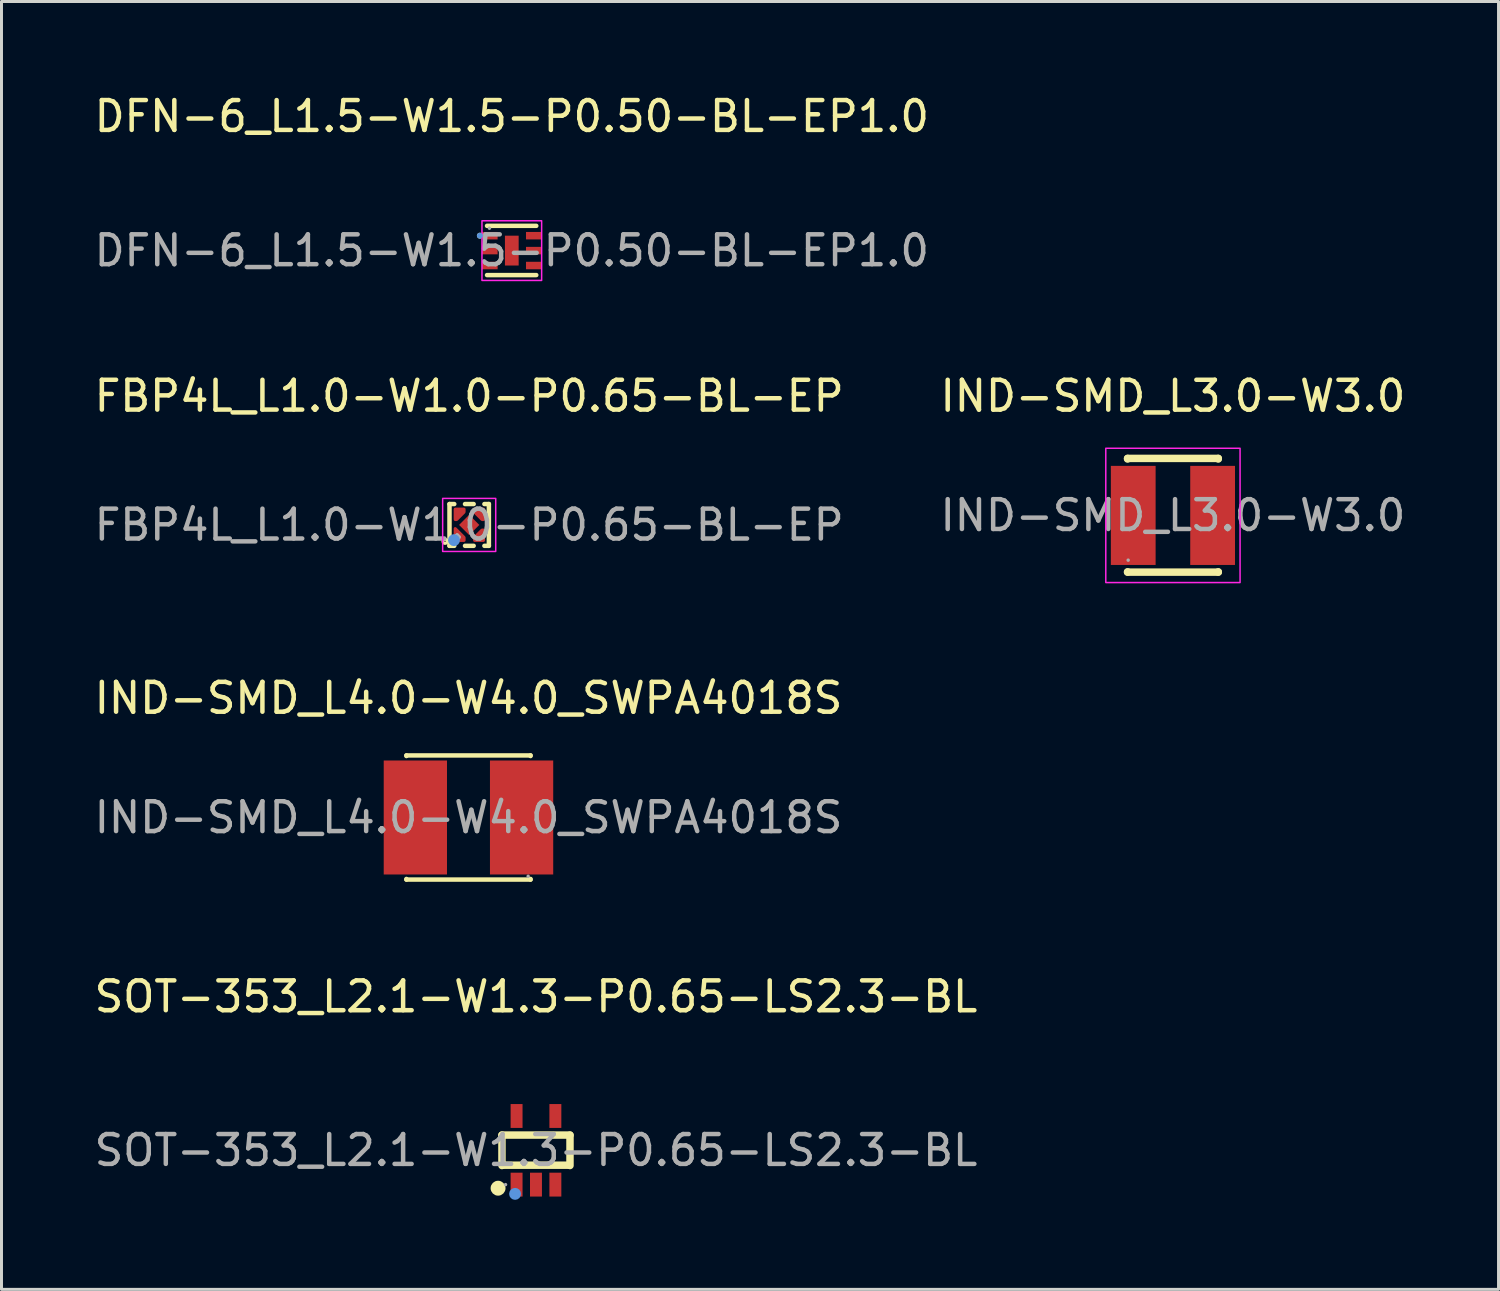
<source format=kicad_pcb>
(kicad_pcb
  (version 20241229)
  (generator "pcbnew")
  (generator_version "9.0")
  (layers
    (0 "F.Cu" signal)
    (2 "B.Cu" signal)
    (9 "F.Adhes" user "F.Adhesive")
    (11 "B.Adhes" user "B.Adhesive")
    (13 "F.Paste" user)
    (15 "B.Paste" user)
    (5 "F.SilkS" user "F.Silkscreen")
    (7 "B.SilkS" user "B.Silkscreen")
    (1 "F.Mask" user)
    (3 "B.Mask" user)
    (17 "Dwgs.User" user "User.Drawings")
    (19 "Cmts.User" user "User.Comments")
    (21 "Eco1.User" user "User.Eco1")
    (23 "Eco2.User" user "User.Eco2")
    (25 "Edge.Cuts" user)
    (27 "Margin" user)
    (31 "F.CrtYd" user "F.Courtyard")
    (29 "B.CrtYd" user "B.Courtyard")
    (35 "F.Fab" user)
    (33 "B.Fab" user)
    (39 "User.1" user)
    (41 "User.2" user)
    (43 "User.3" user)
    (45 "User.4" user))
  (footprint "IND-SMD_L3.0-W3.0"
    (layer "F.Cu")
    (at 36.256 14.222)
    (property "Reference" "IND-SMD_L3.0-W3.0" (at 0 -4 0) (layer "F.SilkS") (effects (font (size 1 1) (thickness 0.15))))
    (attr smd)
    (fp_line (start -1.52 -1.91) (end 1.52 -1.91) (stroke (width 0.25) (type solid)) (layer "F.SilkS"))
    (fp_line (start -1.52 -1.89) (end -1.52 -1.91) (stroke (width 0.25) (type solid)) (layer "F.SilkS"))
    (fp_line (start -1.52 1.9) (end -1.52 1.89) (stroke (width 0.25) (type solid)) (layer "F.SilkS"))
    (fp_line (start -1.52 1.9) (end 1.52 1.9) (stroke (width 0.25) (type solid)) (layer "F.SilkS"))
    (fp_line (start 1.52 -1.91) (end 1.52 -1.89) (stroke (width 0.25) (type solid)) (layer "F.SilkS"))
    (fp_line (start 1.52 1.89) (end 1.52 1.9) (stroke (width 0.25) (type solid)) (layer "F.SilkS"))
    (fp_rect (start -2.25 -2.25) (end 2.25 2.25) (stroke (width 0.05) (type default)) (fill no) (layer "F.CrtYd"))
    (fp_circle (center -1.5 1.5) (end -1.47 1.5) (stroke (width 0.06) (type solid)) (fill no) (layer "F.Fab"))
    (fp_text user "${REFERENCE}" (at 0 0 0) (layer "F.Fab") (effects (font (size 1 1) (thickness 0.15))))
    (pad "1" smd rect (at 1.33 0) (size 1.5 3.32) (layers "F.Cu" "F.Mask" "F.Paste"))
    (pad "2" smd rect (at -1.33 0) (size 1.5 3.32) (layers "F.Cu" "F.Mask" "F.Paste")))
  (footprint "IND-SMD_L4.0-W4.0_SWPA4018S"
    (layer "F.Cu")
    (at 12.649 24.345)
    (property "Reference" "IND-SMD_L4.0-W4.0_SWPA4018S" (at 0 -4 0) (layer "F.SilkS") (effects (font (size 1 1) (thickness 0.15))))
    (attr smd)
    (fp_line (start -2.08 -2.08) (end 2.08 -2.08) (stroke (width 0.15) (type solid)) (layer "F.SilkS"))
    (fp_line (start -2.08 -2.06) (end -2.08 -2.08) (stroke (width 0.15) (type solid)) (layer "F.SilkS"))
    (fp_line (start -2.08 2.06) (end -2.08 2.08) (stroke (width 0.15) (type solid)) (layer "F.SilkS"))
    (fp_line (start -2.08 2.08) (end 2.08 2.08) (stroke (width 0.15) (type solid)) (layer "F.SilkS"))
    (fp_line (start 2.08 -2.08) (end 2.08 -2.06) (stroke (width 0.15) (type solid)) (layer "F.SilkS"))
    (fp_line (start 2.08 2.08) (end 2.08 2.06) (stroke (width 0.15) (type solid)) (layer "F.SilkS"))
    (fp_circle (center 2 1.97) (end 2.03 1.97) (stroke (width 0.06) (type solid)) (fill no) (layer "F.Fab"))
    (fp_text user "${REFERENCE}" (at 0 0 0) (layer "F.Fab") (effects (font (size 1 1) (thickness 0.15))))
    (pad "1" smd rect (at 1.78 0) (size 2.12 3.82) (layers "F.Cu" "F.Mask" "F.Paste"))
    (pad "2" smd rect (at -1.78 0) (size 2.12 3.82) (layers "F.Cu" "F.Mask" "F.Paste")))
  (footprint "SOT-353_L2.1-W1.3-P0.65-LS2.3-BL"
    (layer "F.Cu")
    (at 14.911 35.498)
    (property "Reference" "SOT-353_L2.1-W1.3-P0.65-LS2.3-BL" (at 0 -5.15 0) (layer "F.SilkS") (effects (font (size 1 1) (thickness 0.15))))
    (attr smd)
    (fp_line (start -1.14 -0.51) (end -1.14 0.51) (stroke (width 0.25) (type solid)) (layer "F.SilkS"))
    (fp_line (start -1.1 0.5) (end 1.1 0.5) (stroke (width 0.25) (type solid)) (layer "F.SilkS"))
    (fp_line (start 1.14 -0.51) (end -1.14 -0.51) (stroke (width 0.25) (type solid)) (layer "F.SilkS"))
    (fp_line (start 1.14 0.51) (end 1.14 -0.51) (stroke (width 0.25) (type solid)) (layer "F.SilkS"))
    (fp_arc (start -1.27 1.27) (mid -1.27 1.27) (end -1.27 1.27) (stroke (width 0.25) (type solid)) (layer "F.SilkS"))
    (fp_circle (center -0.7 1.46) (end -0.6 1.46) (stroke (width 0.2) (type solid)) (fill no) (layer "Cmts.User"))
    (fp_circle (center -1.02 1.15) (end -0.99 1.15) (stroke (width 0.06) (type solid)) (fill no) (layer "F.Fab"))
    (fp_text user "${REFERENCE}" (at 0 0 0) (layer "F.Fab") (effects (font (size 1 1) (thickness 0.15))))
    (pad "1" smd rect (at -0.65 1.15) (size 0.4 0.8) (layers "F.Cu" "F.Mask" "F.Paste"))
    (pad "2" smd rect (at 0 1.15) (size 0.4 0.8) (layers "F.Cu" "F.Mask" "F.Paste"))
    (pad "3" smd rect (at 0.65 1.15) (size 0.4 0.8) (layers "F.Cu" "F.Mask" "F.Paste"))
    (pad "4" smd rect (at 0.65 -1.15) (size 0.4 0.8) (layers "F.Cu" "F.Mask" "F.Paste"))
    (pad "5" smd rect (at -0.65 -1.15) (size 0.4 0.8) (layers "F.Cu" "F.Mask" "F.Paste")))
  (footprint "FBP4L_L1.0-W1.0-P0.65-BL-EP"
    (layer "F.Cu")
    (at 12.673 14.541)
    (property "Reference" "FBP4L_L1.0-W1.0-P0.65-BL-EP" (at 0 -4.32 0) (layer "F.SilkS") (effects (font (size 1 1) (thickness 0.15))))
    (attr smd)
    (fp_line (start -0.66 -0.7) (end -0.66 0.7) (stroke (width 0.15) (type solid)) (layer "F.SilkS"))
    (fp_line (start -0.66 -0.7) (end -0.5 -0.7) (stroke (width 0.15) (type solid)) (layer "F.SilkS"))
    (fp_line (start -0.66 0.7) (end -0.5 0.7) (stroke (width 0.15) (type solid)) (layer "F.SilkS"))
    (fp_line (start -0.14 -0.7) (end 0.15 -0.7) (stroke (width 0.15) (type solid)) (layer "F.SilkS"))
    (fp_line (start -0.14 0.7) (end 0.15 0.7) (stroke (width 0.15) (type solid)) (layer "F.SilkS"))
    (fp_line (start 0.51 -0.7) (end 0.66 -0.7) (stroke (width 0.15) (type solid)) (layer "F.SilkS"))
    (fp_line (start 0.51 0.7) (end 0.66 0.7) (stroke (width 0.15) (type solid)) (layer "F.SilkS"))
    (fp_line (start 0.66 -0.7) (end 0.66 0.7) (stroke (width 0.15) (type solid)) (layer "F.SilkS"))
    (fp_circle (center -0.81 0.55) (end -0.79 0.55) (stroke (width 0.1) (type solid)) (fill no) (layer "F.SilkS"))
    (fp_circle (center -0.51 0.51) (end -0.41 0.51) (stroke (width 0.2) (type solid)) (fill no) (layer "Cmts.User"))
    (fp_rect (start -0.889 -0.889) (end 0.889 0.889) (stroke (width 0.05) (type default)) (fill no) (layer "F.CrtYd"))
    (fp_circle (center -0.5 0.5) (end -0.47 0.5) (stroke (width 0.06) (type solid)) (fill no) (layer "F.Fab"))
    (fp_text user "${REFERENCE}" (at 0 0 0) (layer "F.Fab") (effects (font (size 1 1) (thickness 0.15))))
    (pad "1" smd custom (at -0.32 0.32) (size 0.01 0.01) (layers "F.Cu" "F.Mask" "F.Paste") (options (anchor circle)) (primitives (gr_poly (pts (xy 0.15 0.2) (xy -0.15 0.2) (xy -0.15 -0.2) (xy 0.15 0.1)) (width 0.1) (fill yes))))
    (pad "2" smd custom (at 0.32 0.32) (size 0.01 0.01) (layers "F.Cu" "F.Mask" "F.Paste") (options (anchor circle)) (primitives (gr_poly (pts (xy 0.16 -0.15) (xy 0.16 0.2) (xy -0.14 0.2) (xy -0.14 0.1) (xy 0.11 -0.15)) (width 0.1) (fill yes))))
    (pad "3" smd custom (at 0.32 -0.32) (size 0.01 0.01) (layers "F.Cu" "F.Mask" "F.Paste") (options (anchor circle)) (primitives (gr_poly (pts (xy -0.14 -0.21) (xy 0.16 -0.21) (xy 0.16 0.14) (xy 0.11 0.14) (xy -0.14 -0.11)) (width 0.1) (fill yes))))
    (pad "4" smd custom (at -0.32 -0.32) (size 0.01 0.01) (layers "F.Cu" "F.Mask" "F.Paste") (options (anchor circle)) (primitives (gr_poly (pts (xy -0.15 0.14) (xy -0.15 -0.21) (xy 0.15 -0.21) (xy 0.15 -0.16) (xy 0.15 -0.11) (xy -0.1 0.14)) (width 0.1) (fill yes))))
    (pad "5" smd rect (at 0 0 45) (size 0.48 0.48) (layers "F.Cu" "F.Mask" "F.Paste")))
  (footprint "DFN-6_L1.5-W1.5-P0.50-BL-EP1.0"
    (layer "F.Cu")
    (at 14.101 5.348)
    (property "Reference" "DFN-6_L1.5-W1.5-P0.50-BL-EP1.0" (at 0 -4.5 0) (layer "F.SilkS") (effects (font (size 1 1) (thickness 0.15))))
    (attr smd)
    (fp_line (start -0.83 -0.83) (end 0.82 -0.83) (stroke (width 0.15) (type solid)) (layer "F.SilkS"))
    (fp_line (start -0.83 0.82) (end 0.82 0.82) (stroke (width 0.15) (type solid)) (layer "F.SilkS"))
    (fp_circle (center -1.07 -0.5) (end -1.02 -0.5) (stroke (width 0.1) (type solid)) (fill no) (layer "F.SilkS"))
    (fp_circle (center -1.07 -0.5) (end -1.02 -0.5) (stroke (width 0.1) (type solid)) (fill no) (layer "Cmts.User"))
    (fp_rect (start -1 -1) (end 1 1) (stroke (width 0.05) (type default)) (fill no) (layer "F.CrtYd"))
    (fp_circle (center -0.75 -0.75) (end -0.72 -0.75) (stroke (width 0.06) (type solid)) (fill no) (layer "F.Fab"))
    (fp_text user "${REFERENCE}" (at 0 0 0) (layer "F.Fab") (effects (font (size 1 1) (thickness 0.15))))
    (pad "1" smd rect (at -0.738 -0.5) (size 0.525 0.25) (layers "F.Cu" "F.Mask" "F.Paste"))
    (pad "2" smd rect (at -0.738 0) (size 0.525 0.25) (layers "F.Cu" "F.Mask" "F.Paste"))
    (pad "3" smd rect (at -0.738 0.5) (size 0.525 0.25) (layers "F.Cu" "F.Mask" "F.Paste"))
    (pad "4" smd rect (at 0.738 0.5) (size 0.525 0.25) (layers "F.Cu" "F.Mask" "F.Paste"))
    (pad "5" smd rect (at 0.738 0) (size 0.525 0.25) (layers "F.Cu" "F.Mask" "F.Paste"))
    (pad "6" smd rect (at 0.738 -0.5) (size 0.525 0.25) (layers "F.Cu" "F.Mask" "F.Paste"))
    (pad "7" smd rect (at 0 0) (size 0.46 1) (layers "F.Cu" "F.Mask" "F.Paste")))
  (gr_rect
    (start -3 -3)
    (end 47.167 40.158)
    (stroke (width 0.1) (type default))
    (fill no)
    (layer "Edge.Cuts")))
</source>
